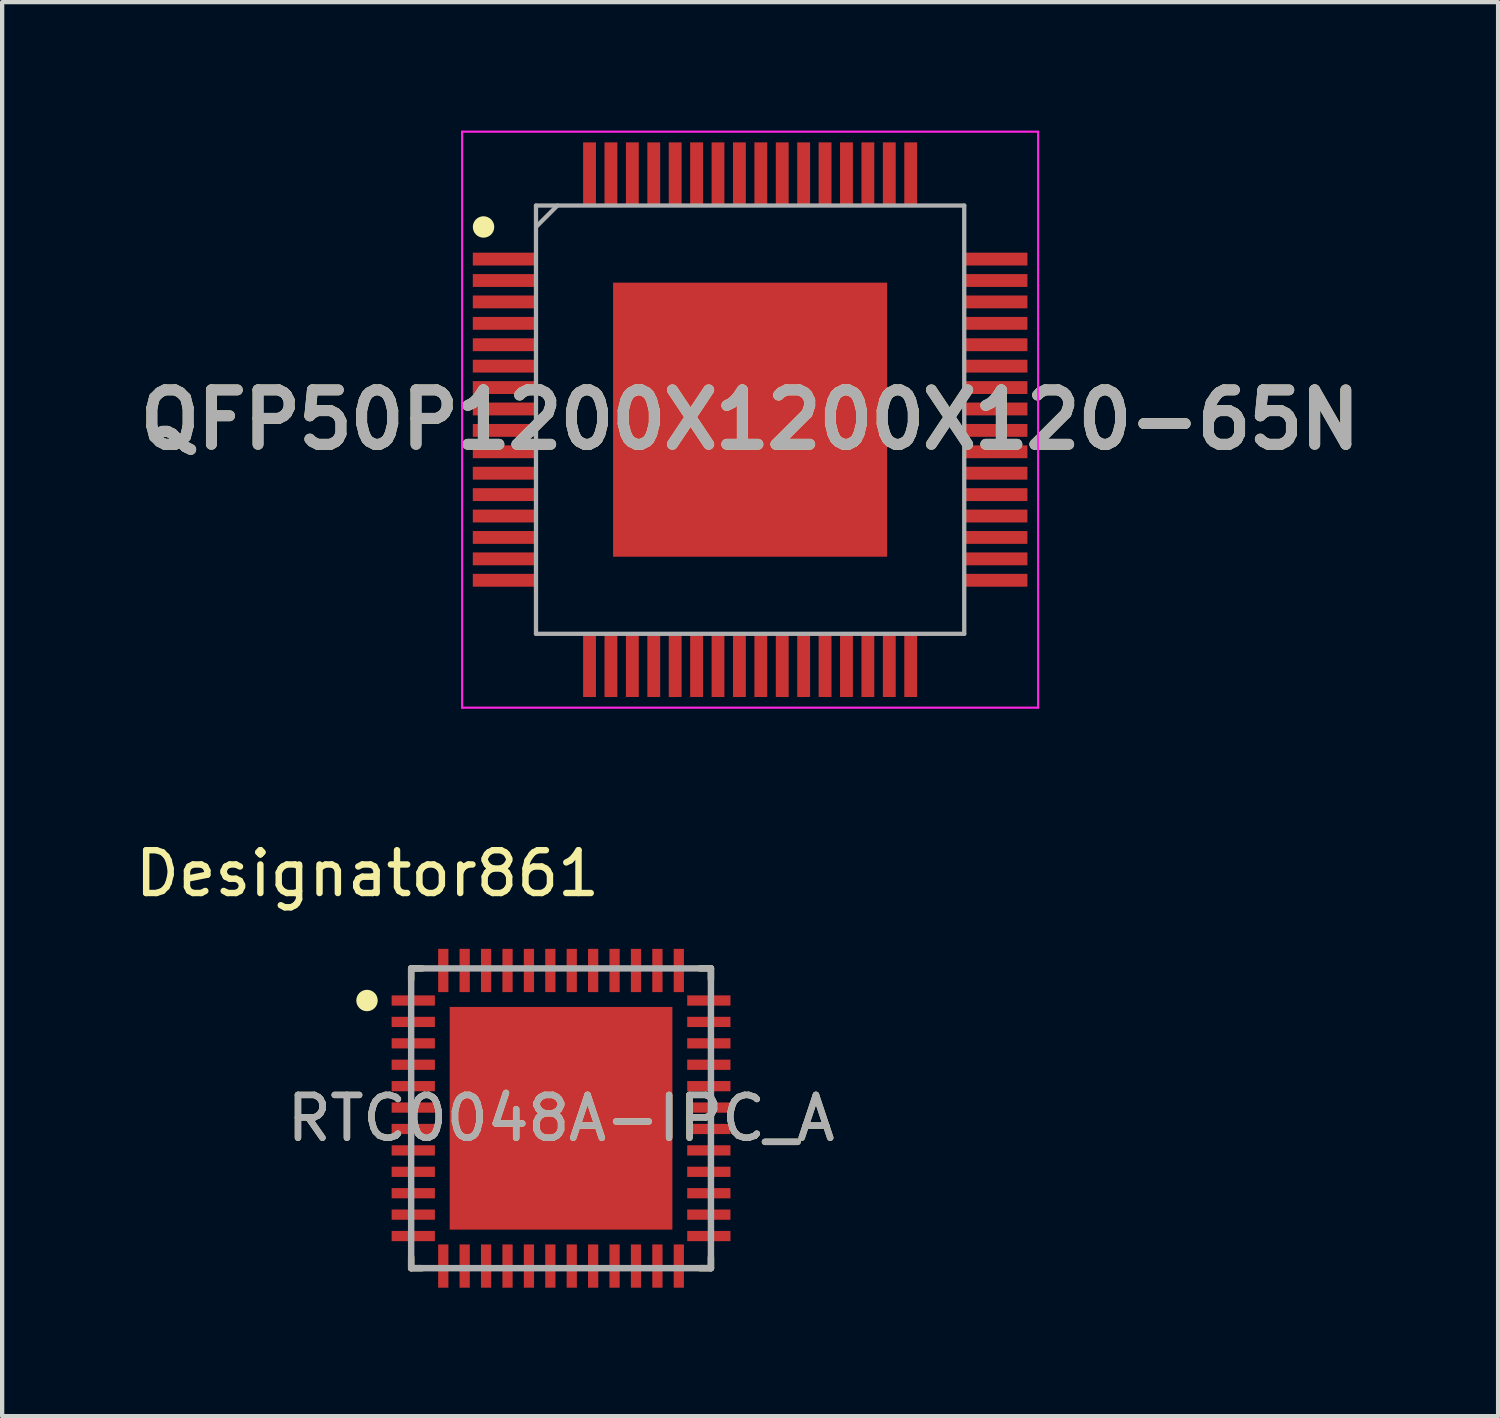
<source format=kicad_pcb>
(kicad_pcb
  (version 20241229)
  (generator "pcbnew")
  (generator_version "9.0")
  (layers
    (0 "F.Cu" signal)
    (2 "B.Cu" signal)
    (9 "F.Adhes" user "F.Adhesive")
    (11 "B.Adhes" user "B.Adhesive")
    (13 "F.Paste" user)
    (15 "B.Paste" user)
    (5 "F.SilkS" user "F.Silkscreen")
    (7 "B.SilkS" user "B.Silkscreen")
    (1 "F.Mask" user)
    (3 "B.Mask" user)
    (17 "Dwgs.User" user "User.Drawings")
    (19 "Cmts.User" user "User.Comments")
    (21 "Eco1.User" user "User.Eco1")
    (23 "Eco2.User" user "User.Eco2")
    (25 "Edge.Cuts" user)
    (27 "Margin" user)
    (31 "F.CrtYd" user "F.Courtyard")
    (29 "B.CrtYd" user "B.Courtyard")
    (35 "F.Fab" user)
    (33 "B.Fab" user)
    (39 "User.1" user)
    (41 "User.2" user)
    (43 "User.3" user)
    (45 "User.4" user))
  (footprint "QFP50P1200X1200X120-65N"
    (layer "F.Cu")
    (at 14.466 6.75)
    (property "Reference" "QFP50P1200X1200X120-65N" (at 0 0 0) (layer "F.SilkS") (effects (font (size 1.27 1.27) (thickness 0.254))))
    (attr smd)
    (fp_circle (center -6.225 -4.5) (end -6.225 -4.375) (stroke (width 0.25) (type solid)) (fill no) (layer "F.SilkS"))
    (fp_line (start -6.725 -6.725) (end 6.725 -6.725) (stroke (width 0.05) (type solid)) (layer "F.CrtYd"))
    (fp_line (start -6.725 6.725) (end -6.725 -6.725) (stroke (width 0.05) (type solid)) (layer "F.CrtYd"))
    (fp_line (start 6.725 -6.725) (end 6.725 6.725) (stroke (width 0.05) (type solid)) (layer "F.CrtYd"))
    (fp_line (start 6.725 6.725) (end -6.725 6.725) (stroke (width 0.05) (type solid)) (layer "F.CrtYd"))
    (fp_line (start -5 -5) (end 5 -5) (stroke (width 0.1) (type solid)) (layer "F.Fab"))
    (fp_line (start -5 -4.5) (end -4.5 -5) (stroke (width 0.1) (type solid)) (layer "F.Fab"))
    (fp_line (start -5 5) (end -5 -5) (stroke (width 0.1) (type solid)) (layer "F.Fab"))
    (fp_line (start 5 -5) (end 5 5) (stroke (width 0.1) (type solid)) (layer "F.Fab"))
    (fp_line (start 5 5) (end -5 5) (stroke (width 0.1) (type solid)) (layer "F.Fab"))
    (fp_text user "${REFERENCE}" (at 0 0 0) (layer "F.Fab") (effects (font (size 1.27 1.27) (thickness 0.254))))
    (pad "1" smd rect (at -5.738 -3.75 90) (size 0.3 1.475) (layers "F.Cu" "F.Mask" "F.Paste"))
    (pad "2" smd rect (at -5.738 -3.25 90) (size 0.3 1.475) (layers "F.Cu" "F.Mask" "F.Paste"))
    (pad "3" smd rect (at -5.738 -2.75 90) (size 0.3 1.475) (layers "F.Cu" "F.Mask" "F.Paste"))
    (pad "4" smd rect (at -5.738 -2.25 90) (size 0.3 1.475) (layers "F.Cu" "F.Mask" "F.Paste"))
    (pad "5" smd rect (at -5.738 -1.75 90) (size 0.3 1.475) (layers "F.Cu" "F.Mask" "F.Paste"))
    (pad "6" smd rect (at -5.738 -1.25 90) (size 0.3 1.475) (layers "F.Cu" "F.Mask" "F.Paste"))
    (pad "7" smd rect (at -5.738 -0.75 90) (size 0.3 1.475) (layers "F.Cu" "F.Mask" "F.Paste"))
    (pad "8" smd rect (at -5.738 -0.25 90) (size 0.3 1.475) (layers "F.Cu" "F.Mask" "F.Paste"))
    (pad "9" smd rect (at -5.738 0.25 90) (size 0.3 1.475) (layers "F.Cu" "F.Mask" "F.Paste"))
    (pad "10" smd rect (at -5.738 0.75 90) (size 0.3 1.475) (layers "F.Cu" "F.Mask" "F.Paste"))
    (pad "11" smd rect (at -5.738 1.25 90) (size 0.3 1.475) (layers "F.Cu" "F.Mask" "F.Paste"))
    (pad "12" smd rect (at -5.738 1.75 90) (size 0.3 1.475) (layers "F.Cu" "F.Mask" "F.Paste"))
    (pad "13" smd rect (at -5.738 2.25 90) (size 0.3 1.475) (layers "F.Cu" "F.Mask" "F.Paste"))
    (pad "14" smd rect (at -5.738 2.75 90) (size 0.3 1.475) (layers "F.Cu" "F.Mask" "F.Paste"))
    (pad "15" smd rect (at -5.738 3.25 90) (size 0.3 1.475) (layers "F.Cu" "F.Mask" "F.Paste"))
    (pad "16" smd rect (at -5.738 3.75 90) (size 0.3 1.475) (layers "F.Cu" "F.Mask" "F.Paste"))
    (pad "17" smd rect (at -3.75 5.738) (size 0.3 1.475) (layers "F.Cu" "F.Mask" "F.Paste"))
    (pad "18" smd rect (at -3.25 5.738) (size 0.3 1.475) (layers "F.Cu" "F.Mask" "F.Paste"))
    (pad "19" smd rect (at -2.75 5.738) (size 0.3 1.475) (layers "F.Cu" "F.Mask" "F.Paste"))
    (pad "20" smd rect (at -2.25 5.738) (size 0.3 1.475) (layers "F.Cu" "F.Mask" "F.Paste"))
    (pad "21" smd rect (at -1.75 5.738) (size 0.3 1.475) (layers "F.Cu" "F.Mask" "F.Paste"))
    (pad "22" smd rect (at -1.25 5.738) (size 0.3 1.475) (layers "F.Cu" "F.Mask" "F.Paste"))
    (pad "23" smd rect (at -0.75 5.738) (size 0.3 1.475) (layers "F.Cu" "F.Mask" "F.Paste"))
    (pad "24" smd rect (at -0.25 5.738) (size 0.3 1.475) (layers "F.Cu" "F.Mask" "F.Paste"))
    (pad "25" smd rect (at 0.25 5.738) (size 0.3 1.475) (layers "F.Cu" "F.Mask" "F.Paste"))
    (pad "26" smd rect (at 0.75 5.738) (size 0.3 1.475) (layers "F.Cu" "F.Mask" "F.Paste"))
    (pad "27" smd rect (at 1.25 5.738) (size 0.3 1.475) (layers "F.Cu" "F.Mask" "F.Paste"))
    (pad "28" smd rect (at 1.75 5.738) (size 0.3 1.475) (layers "F.Cu" "F.Mask" "F.Paste"))
    (pad "29" smd rect (at 2.25 5.738) (size 0.3 1.475) (layers "F.Cu" "F.Mask" "F.Paste"))
    (pad "30" smd rect (at 2.75 5.738) (size 0.3 1.475) (layers "F.Cu" "F.Mask" "F.Paste"))
    (pad "31" smd rect (at 3.25 5.738) (size 0.3 1.475) (layers "F.Cu" "F.Mask" "F.Paste"))
    (pad "32" smd rect (at 3.75 5.738) (size 0.3 1.475) (layers "F.Cu" "F.Mask" "F.Paste"))
    (pad "33" smd rect (at 5.738 3.75 90) (size 0.3 1.475) (layers "F.Cu" "F.Mask" "F.Paste"))
    (pad "34" smd rect (at 5.738 3.25 90) (size 0.3 1.475) (layers "F.Cu" "F.Mask" "F.Paste"))
    (pad "35" smd rect (at 5.738 2.75 90) (size 0.3 1.475) (layers "F.Cu" "F.Mask" "F.Paste"))
    (pad "36" smd rect (at 5.738 2.25 90) (size 0.3 1.475) (layers "F.Cu" "F.Mask" "F.Paste"))
    (pad "37" smd rect (at 5.738 1.75 90) (size 0.3 1.475) (layers "F.Cu" "F.Mask" "F.Paste"))
    (pad "38" smd rect (at 5.738 1.25 90) (size 0.3 1.475) (layers "F.Cu" "F.Mask" "F.Paste"))
    (pad "39" smd rect (at 5.738 0.75 90) (size 0.3 1.475) (layers "F.Cu" "F.Mask" "F.Paste"))
    (pad "40" smd rect (at 5.738 0.25 90) (size 0.3 1.475) (layers "F.Cu" "F.Mask" "F.Paste"))
    (pad "41" smd rect (at 5.738 -0.25 90) (size 0.3 1.475) (layers "F.Cu" "F.Mask" "F.Paste"))
    (pad "42" smd rect (at 5.738 -0.75 90) (size 0.3 1.475) (layers "F.Cu" "F.Mask" "F.Paste"))
    (pad "43" smd rect (at 5.738 -1.25 90) (size 0.3 1.475) (layers "F.Cu" "F.Mask" "F.Paste"))
    (pad "44" smd rect (at 5.738 -1.75 90) (size 0.3 1.475) (layers "F.Cu" "F.Mask" "F.Paste"))
    (pad "45" smd rect (at 5.738 -2.25 90) (size 0.3 1.475) (layers "F.Cu" "F.Mask" "F.Paste"))
    (pad "46" smd rect (at 5.738 -2.75 90) (size 0.3 1.475) (layers "F.Cu" "F.Mask" "F.Paste"))
    (pad "47" smd rect (at 5.738 -3.25 90) (size 0.3 1.475) (layers "F.Cu" "F.Mask" "F.Paste"))
    (pad "48" smd rect (at 5.738 -3.75 90) (size 0.3 1.475) (layers "F.Cu" "F.Mask" "F.Paste"))
    (pad "49" smd rect (at 3.75 -5.738) (size 0.3 1.475) (layers "F.Cu" "F.Mask" "F.Paste"))
    (pad "50" smd rect (at 3.25 -5.738) (size 0.3 1.475) (layers "F.Cu" "F.Mask" "F.Paste"))
    (pad "51" smd rect (at 2.75 -5.738) (size 0.3 1.475) (layers "F.Cu" "F.Mask" "F.Paste"))
    (pad "52" smd rect (at 2.25 -5.738) (size 0.3 1.475) (layers "F.Cu" "F.Mask" "F.Paste"))
    (pad "53" smd rect (at 1.75 -5.738) (size 0.3 1.475) (layers "F.Cu" "F.Mask" "F.Paste"))
    (pad "54" smd rect (at 1.25 -5.738) (size 0.3 1.475) (layers "F.Cu" "F.Mask" "F.Paste"))
    (pad "55" smd rect (at 0.75 -5.738) (size 0.3 1.475) (layers "F.Cu" "F.Mask" "F.Paste"))
    (pad "56" smd rect (at 0.25 -5.738) (size 0.3 1.475) (layers "F.Cu" "F.Mask" "F.Paste"))
    (pad "57" smd rect (at -0.25 -5.738) (size 0.3 1.475) (layers "F.Cu" "F.Mask" "F.Paste"))
    (pad "58" smd rect (at -0.75 -5.738) (size 0.3 1.475) (layers "F.Cu" "F.Mask" "F.Paste"))
    (pad "59" smd rect (at -1.25 -5.738) (size 0.3 1.475) (layers "F.Cu" "F.Mask" "F.Paste"))
    (pad "60" smd rect (at -1.75 -5.738) (size 0.3 1.475) (layers "F.Cu" "F.Mask" "F.Paste"))
    (pad "61" smd rect (at -2.25 -5.738) (size 0.3 1.475) (layers "F.Cu" "F.Mask" "F.Paste"))
    (pad "62" smd rect (at -2.75 -5.738) (size 0.3 1.475) (layers "F.Cu" "F.Mask" "F.Paste"))
    (pad "63" smd rect (at -3.25 -5.738) (size 0.3 1.475) (layers "F.Cu" "F.Mask" "F.Paste"))
    (pad "64" smd rect (at -3.75 -5.738) (size 0.3 1.475) (layers "F.Cu" "F.Mask" "F.Paste"))
    (pad "65" smd rect (at 0 0) (size 6.4 6.4) (layers "F.Cu" "F.Mask" "F.Paste")))
  (footprint "RTC0048A-IPC_A"
    (layer "F.Cu")
    (at 10.051 23.063)
    (property "Reference" "RTC0048A-IPC_A" (at 0 0 0) (unlocked yes) (layer "F.SilkS") (effects (font (size 1 1) (thickness 0.15))))
    (attr smd)
    (fp_line (start -3.5 -3.5) (end -3.245 -3.5) (stroke (width 0.15) (type solid)) (layer "F.SilkS"))
    (fp_line (start -3.5 -3.245) (end -3.5 -3.5) (stroke (width 0.15) (type solid)) (layer "F.SilkS"))
    (fp_line (start -3.5 3.5) (end -3.5 3.245) (stroke (width 0.15) (type solid)) (layer "F.SilkS"))
    (fp_line (start -3.5 3.5) (end -3.245 3.5) (stroke (width 0.15) (type solid)) (layer "F.SilkS"))
    (fp_line (start 3.245 -3.5) (end 3.5 -3.5) (stroke (width 0.15) (type solid)) (layer "F.SilkS"))
    (fp_line (start 3.245 3.5) (end 3.5 3.5) (stroke (width 0.15) (type solid)) (layer "F.SilkS"))
    (fp_line (start 3.5 -3.245) (end 3.5 -3.5) (stroke (width 0.15) (type solid)) (layer "F.SilkS"))
    (fp_line (start 3.5 3.5) (end 3.5 3.245) (stroke (width 0.15) (type solid)) (layer "F.SilkS"))
    (fp_circle (center -4.531 -2.75) (end -4.406 -2.75) (stroke (width 0.25) (type solid)) (fill no) (layer "F.SilkS"))
    (fp_poly (pts (xy -1.963 -0.319) (xy -0.319 -0.319) (xy -0.319 -1.963) (xy -1.963 -1.963)) (stroke (width 0) (type solid)) (fill yes) (layer "F.Paste"))
    (fp_poly (pts (xy -1.963 1.963) (xy -0.319 1.963) (xy -0.319 0.319) (xy -1.963 0.319)) (stroke (width 0) (type solid)) (fill yes) (layer "F.Paste"))
    (fp_poly (pts (xy 0.319 -0.319) (xy 1.963 -0.319) (xy 1.963 -1.963) (xy 0.319 -1.963)) (stroke (width 0) (type solid)) (fill yes) (layer "F.Paste"))
    (fp_poly (pts (xy 0.319 1.963) (xy 1.963 1.963) (xy 1.963 0.319) (xy 0.319 0.319)) (stroke (width 0) (type solid)) (fill yes) (layer "F.Paste"))
    (fp_line (start -3.5 -3.5) (end 3.5 -3.5) (stroke (width 0.15) (type solid)) (layer "F.Fab"))
    (fp_line (start -3.5 3.5) (end -3.5 -3.5) (stroke (width 0.15) (type solid)) (layer "F.Fab"))
    (fp_line (start -3.5 3.5) (end 3.5 3.5) (stroke (width 0.15) (type solid)) (layer "F.Fab"))
    (fp_line (start 3.5 3.5) (end 3.5 -3.5) (stroke (width 0.15) (type solid)) (layer "F.Fab"))
    (fp_text user "Designator861" (at -4.521 -5.715 0) (unlocked yes) (layer "F.SilkS") (effects (font (size 1 1) (thickness 0.15))))
    (fp_text user "${REFERENCE}" (at 0 0 0) (unlocked yes) (layer "F.Fab") (effects (font (size 1 1) (thickness 0.15))))
    (pad "1" smd rect (at -3.451 -2.75 90) (size 0.239 1.01) (layers "F.Cu" "F.Mask" "F.Paste"))
    (pad "2" smd rect (at -3.451 -2.25 90) (size 0.239 1.01) (layers "F.Cu" "F.Mask" "F.Paste"))
    (pad "3" smd rect (at -3.451 -1.75 90) (size 0.239 1.01) (layers "F.Cu" "F.Mask" "F.Paste"))
    (pad "4" smd rect (at -3.451 -1.25 90) (size 0.239 1.01) (layers "F.Cu" "F.Mask" "F.Paste"))
    (pad "5" smd rect (at -3.451 -0.75 90) (size 0.239 1.01) (layers "F.Cu" "F.Mask" "F.Paste"))
    (pad "6" smd rect (at -3.451 -0.25 90) (size 0.239 1.01) (layers "F.Cu" "F.Mask" "F.Paste"))
    (pad "7" smd rect (at -3.451 0.25 90) (size 0.239 1.01) (layers "F.Cu" "F.Mask" "F.Paste"))
    (pad "8" smd rect (at -3.451 0.75 90) (size 0.239 1.01) (layers "F.Cu" "F.Mask" "F.Paste"))
    (pad "9" smd rect (at -3.451 1.25 90) (size 0.239 1.01) (layers "F.Cu" "F.Mask" "F.Paste"))
    (pad "10" smd rect (at -3.451 1.75 90) (size 0.239 1.01) (layers "F.Cu" "F.Mask" "F.Paste"))
    (pad "11" smd rect (at -3.451 2.25 90) (size 0.239 1.01) (layers "F.Cu" "F.Mask" "F.Paste"))
    (pad "12" smd rect (at -3.451 2.75 90) (size 0.239 1.01) (layers "F.Cu" "F.Mask" "F.Paste"))
    (pad "13" smd rect (at -2.75 3.451) (size 0.239 1.01) (layers "F.Cu" "F.Mask" "F.Paste"))
    (pad "14" smd rect (at -2.25 3.451) (size 0.239 1.01) (layers "F.Cu" "F.Mask" "F.Paste"))
    (pad "15" smd rect (at -1.75 3.451) (size 0.239 1.01) (layers "F.Cu" "F.Mask" "F.Paste"))
    (pad "16" smd rect (at -1.25 3.451) (size 0.239 1.01) (layers "F.Cu" "F.Mask" "F.Paste"))
    (pad "17" smd rect (at -0.75 3.451) (size 0.239 1.01) (layers "F.Cu" "F.Mask" "F.Paste"))
    (pad "18" smd rect (at -0.25 3.451) (size 0.239 1.01) (layers "F.Cu" "F.Mask" "F.Paste"))
    (pad "19" smd rect (at 0.25 3.451) (size 0.239 1.01) (layers "F.Cu" "F.Mask" "F.Paste"))
    (pad "20" smd rect (at 0.75 3.451) (size 0.239 1.01) (layers "F.Cu" "F.Mask" "F.Paste"))
    (pad "21" smd rect (at 1.25 3.451) (size 0.239 1.01) (layers "F.Cu" "F.Mask" "F.Paste"))
    (pad "22" smd rect (at 1.75 3.451) (size 0.239 1.01) (layers "F.Cu" "F.Mask" "F.Paste"))
    (pad "23" smd rect (at 2.25 3.451) (size 0.239 1.01) (layers "F.Cu" "F.Mask" "F.Paste"))
    (pad "24" smd rect (at 2.75 3.451) (size 0.239 1.01) (layers "F.Cu" "F.Mask" "F.Paste"))
    (pad "25" smd rect (at 3.451 2.75 90) (size 0.239 1.01) (layers "F.Cu" "F.Mask" "F.Paste"))
    (pad "26" smd rect (at 3.451 2.25 90) (size 0.239 1.01) (layers "F.Cu" "F.Mask" "F.Paste"))
    (pad "27" smd rect (at 3.451 1.75 90) (size 0.239 1.01) (layers "F.Cu" "F.Mask" "F.Paste"))
    (pad "28" smd rect (at 3.451 1.25 90) (size 0.239 1.01) (layers "F.Cu" "F.Mask" "F.Paste"))
    (pad "29" smd rect (at 3.451 0.75 90) (size 0.239 1.01) (layers "F.Cu" "F.Mask" "F.Paste"))
    (pad "30" smd rect (at 3.451 0.25 90) (size 0.239 1.01) (layers "F.Cu" "F.Mask" "F.Paste"))
    (pad "31" smd rect (at 3.451 -0.25 90) (size 0.239 1.01) (layers "F.Cu" "F.Mask" "F.Paste"))
    (pad "32" smd rect (at 3.451 -0.75 90) (size 0.239 1.01) (layers "F.Cu" "F.Mask" "F.Paste"))
    (pad "33" smd rect (at 3.451 -1.25 90) (size 0.239 1.01) (layers "F.Cu" "F.Mask" "F.Paste"))
    (pad "34" smd rect (at 3.451 -1.75 90) (size 0.239 1.01) (layers "F.Cu" "F.Mask" "F.Paste"))
    (pad "35" smd rect (at 3.451 -2.25 90) (size 0.239 1.01) (layers "F.Cu" "F.Mask" "F.Paste"))
    (pad "36" smd rect (at 3.451 -2.75 90) (size 0.239 1.01) (layers "F.Cu" "F.Mask" "F.Paste"))
    (pad "37" smd rect (at 2.75 -3.451) (size 0.239 1.01) (layers "F.Cu" "F.Mask" "F.Paste"))
    (pad "38" smd rect (at 2.25 -3.451) (size 0.239 1.01) (layers "F.Cu" "F.Mask" "F.Paste"))
    (pad "39" smd rect (at 1.75 -3.451) (size 0.239 1.01) (layers "F.Cu" "F.Mask" "F.Paste"))
    (pad "40" smd rect (at 1.25 -3.451) (size 0.239 1.01) (layers "F.Cu" "F.Mask" "F.Paste"))
    (pad "41" smd rect (at 0.75 -3.451) (size 0.239 1.01) (layers "F.Cu" "F.Mask" "F.Paste"))
    (pad "42" smd rect (at 0.25 -3.451) (size 0.239 1.01) (layers "F.Cu" "F.Mask" "F.Paste"))
    (pad "43" smd rect (at -0.25 -3.451) (size 0.239 1.01) (layers "F.Cu" "F.Mask" "F.Paste"))
    (pad "44" smd rect (at -0.75 -3.451) (size 0.239 1.01) (layers "F.Cu" "F.Mask" "F.Paste"))
    (pad "45" smd rect (at -1.25 -3.451) (size 0.239 1.01) (layers "F.Cu" "F.Mask" "F.Paste"))
    (pad "46" smd rect (at -1.75 -3.451) (size 0.239 1.01) (layers "F.Cu" "F.Mask" "F.Paste"))
    (pad "47" smd rect (at -2.25 -3.451) (size 0.239 1.01) (layers "F.Cu" "F.Mask" "F.Paste"))
    (pad "48" smd rect (at -2.75 -3.451) (size 0.239 1.01) (layers "F.Cu" "F.Mask" "F.Paste"))
    (pad "49" smd rect (at 0 0) (size 5.2 5.2) (layers "F.Cu" "F.Mask")))
  (gr_rect
    (start -3 -3)
    (end 31.932 30.019)
    (stroke (width 0.1) (type default))
    (fill no)
    (layer "Edge.Cuts")))
</source>
